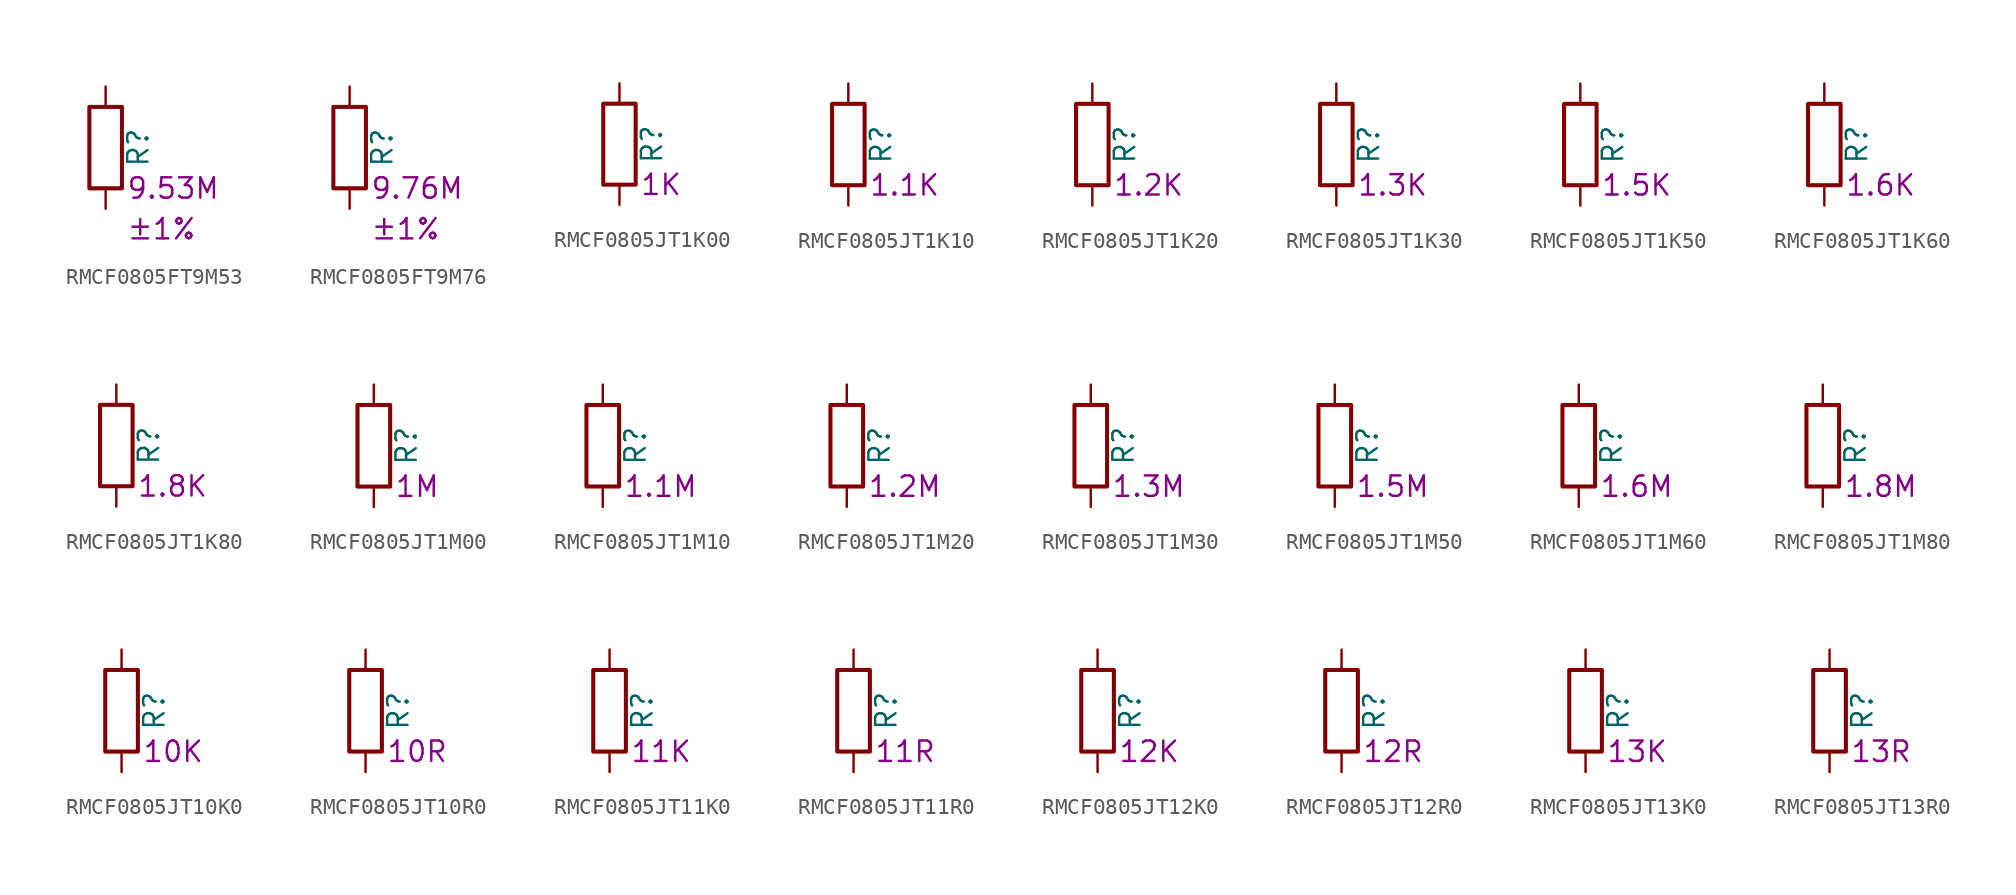
<source format=kicad_sym>
(kicad_symbol_lib
  (version 20220914)
  (generator kicad_symbol_editor)
  (symbol "RMCF0805FT9M53"
    (pin_numbers hide)
    (pin_names
      (offset 0))
    (property "Reference" "R"
      (at 2.032 0 90)
      (effects (font (size 1.27 1.27))))
    (property "Resistance" "9.53M"
      (at 1.27 -2.54 0)
      (effects (font (size 1.27 1.27)) (justify left)))
    (property "Tolerance" "±1%"
      (at 1.27 -5.08 0)
      (effects (font (size 1.27 1.27)) (justify left)))
    (symbol "RMCF0805FT9M53_0_1"
      (rectangle (start -1.016 -2.54) (end 1.016 2.54) (stroke (width 0.254) (type default)) (fill (type none))))
    (symbol "RMCF0805FT9M53_1_1"
      (pin passive line (at 0 3.81 270) (length 1.27) (name "~" (effects (font (size 1.27 1.27)))) (number "1" (effects (font (size 1.27 1.27)))))
      (pin passive line (at 0 -3.81 90) (length 1.27) (name "~" (effects (font (size 1.27 1.27)))) (number "2" (effects (font (size 1.27 1.27)))))))
  (symbol "RMCF0805FT9M76"
    (pin_numbers hide)
    (pin_names
      (offset 0))
    (property "Reference" "R"
      (at 2.032 0 90)
      (effects (font (size 1.27 1.27))))
    (property "Resistance" "9.76M"
      (at 1.27 -2.54 0)
      (effects (font (size 1.27 1.27)) (justify left)))
    (property "Tolerance" "±1%"
      (at 1.27 -5.08 0)
      (effects (font (size 1.27 1.27)) (justify left)))
    (symbol "RMCF0805FT9M76_0_1"
      (rectangle (start -1.016 -2.54) (end 1.016 2.54) (stroke (width 0.254) (type default)) (fill (type none))))
    (symbol "RMCF0805FT9M76_1_1"
      (pin passive line (at 0 3.81 270) (length 1.27) (name "~" (effects (font (size 1.27 1.27)))) (number "1" (effects (font (size 1.27 1.27)))))
      (pin passive line (at 0 -3.81 90) (length 1.27) (name "~" (effects (font (size 1.27 1.27)))) (number "2" (effects (font (size 1.27 1.27)))))))
  (symbol "RMCF0805JT1K00"
    (pin_numbers hide)
    (pin_names
      (offset 0))
    (property "Reference" "R"
      (at 2.032 0 90)
      (effects (font (size 1.27 1.27))))
    (property "Resistance" "1K"
      (at 1.27 -2.54 0)
      (effects (font (size 1.27 1.27)) (justify left)))
    (symbol "RMCF0805JT1K00_0_1"
      (rectangle (start -1.016 -2.54) (end 1.016 2.54) (stroke (width 0.254) (type default)) (fill (type none))))
    (symbol "RMCF0805JT1K00_1_1"
      (pin passive line (at 0 3.81 270) (length 1.27) (name "~" (effects (font (size 1.27 1.27)))) (number "1" (effects (font (size 1.27 1.27)))))
      (pin passive line (at 0 -3.81 90) (length 1.27) (name "~" (effects (font (size 1.27 1.27)))) (number "2" (effects (font (size 1.27 1.27)))))))
  (symbol "RMCF0805JT1K10"
    (pin_numbers hide)
    (pin_names
      (offset 0))
    (property "Reference" "R"
      (at 2.032 0 90)
      (effects (font (size 1.27 1.27))))
    (property "Resistance" "1.1K"
      (at 1.27 -2.54 0)
      (effects (font (size 1.27 1.27)) (justify left)))
    (symbol "RMCF0805JT1K10_0_1"
      (rectangle (start -1.016 -2.54) (end 1.016 2.54) (stroke (width 0.254) (type default)) (fill (type none))))
    (symbol "RMCF0805JT1K10_1_1"
      (pin passive line (at 0 3.81 270) (length 1.27) (name "~" (effects (font (size 1.27 1.27)))) (number "1" (effects (font (size 1.27 1.27)))))
      (pin passive line (at 0 -3.81 90) (length 1.27) (name "~" (effects (font (size 1.27 1.27)))) (number "2" (effects (font (size 1.27 1.27)))))))
  (symbol "RMCF0805JT1K20"
    (pin_numbers hide)
    (pin_names
      (offset 0))
    (property "Reference" "R"
      (at 2.032 0 90)
      (effects (font (size 1.27 1.27))))
    (property "Resistance" "1.2K"
      (at 1.27 -2.54 0)
      (effects (font (size 1.27 1.27)) (justify left)))
    (symbol "RMCF0805JT1K20_0_1"
      (rectangle (start -1.016 -2.54) (end 1.016 2.54) (stroke (width 0.254) (type default)) (fill (type none))))
    (symbol "RMCF0805JT1K20_1_1"
      (pin passive line (at 0 3.81 270) (length 1.27) (name "~" (effects (font (size 1.27 1.27)))) (number "1" (effects (font (size 1.27 1.27)))))
      (pin passive line (at 0 -3.81 90) (length 1.27) (name "~" (effects (font (size 1.27 1.27)))) (number "2" (effects (font (size 1.27 1.27)))))))
  (symbol "RMCF0805JT1K30"
    (pin_numbers hide)
    (pin_names
      (offset 0))
    (property "Reference" "R"
      (at 2.032 0 90)
      (effects (font (size 1.27 1.27))))
    (property "Resistance" "1.3K"
      (at 1.27 -2.54 0)
      (effects (font (size 1.27 1.27)) (justify left)))
    (symbol "RMCF0805JT1K30_0_1"
      (rectangle (start -1.016 -2.54) (end 1.016 2.54) (stroke (width 0.254) (type default)) (fill (type none))))
    (symbol "RMCF0805JT1K30_1_1"
      (pin passive line (at 0 3.81 270) (length 1.27) (name "~" (effects (font (size 1.27 1.27)))) (number "1" (effects (font (size 1.27 1.27)))))
      (pin passive line (at 0 -3.81 90) (length 1.27) (name "~" (effects (font (size 1.27 1.27)))) (number "2" (effects (font (size 1.27 1.27)))))))
  (symbol "RMCF0805JT1K50"
    (pin_numbers hide)
    (pin_names
      (offset 0))
    (property "Reference" "R"
      (at 2.032 0 90)
      (effects (font (size 1.27 1.27))))
    (property "Resistance" "1.5K"
      (at 1.27 -2.54 0)
      (effects (font (size 1.27 1.27)) (justify left)))
    (symbol "RMCF0805JT1K50_0_1"
      (rectangle (start -1.016 -2.54) (end 1.016 2.54) (stroke (width 0.254) (type default)) (fill (type none))))
    (symbol "RMCF0805JT1K50_1_1"
      (pin passive line (at 0 3.81 270) (length 1.27) (name "~" (effects (font (size 1.27 1.27)))) (number "1" (effects (font (size 1.27 1.27)))))
      (pin passive line (at 0 -3.81 90) (length 1.27) (name "~" (effects (font (size 1.27 1.27)))) (number "2" (effects (font (size 1.27 1.27)))))))
  (symbol "RMCF0805JT1K60"
    (pin_numbers hide)
    (pin_names
      (offset 0))
    (property "Reference" "R"
      (at 2.032 0 90)
      (effects (font (size 1.27 1.27))))
    (property "Resistance" "1.6K"
      (at 1.27 -2.54 0)
      (effects (font (size 1.27 1.27)) (justify left)))
    (symbol "RMCF0805JT1K60_0_1"
      (rectangle (start -1.016 -2.54) (end 1.016 2.54) (stroke (width 0.254) (type default)) (fill (type none))))
    (symbol "RMCF0805JT1K60_1_1"
      (pin passive line (at 0 3.81 270) (length 1.27) (name "~" (effects (font (size 1.27 1.27)))) (number "1" (effects (font (size 1.27 1.27)))))
      (pin passive line (at 0 -3.81 90) (length 1.27) (name "~" (effects (font (size 1.27 1.27)))) (number "2" (effects (font (size 1.27 1.27)))))))
  (symbol "RMCF0805JT1K80"
    (pin_numbers hide)
    (pin_names
      (offset 0))
    (property "Reference" "R"
      (at 2.032 0 90)
      (effects (font (size 1.27 1.27))))
    (property "Resistance" "1.8K"
      (at 1.27 -2.54 0)
      (effects (font (size 1.27 1.27)) (justify left)))
    (symbol "RMCF0805JT1K80_0_1"
      (rectangle (start -1.016 -2.54) (end 1.016 2.54) (stroke (width 0.254) (type default)) (fill (type none))))
    (symbol "RMCF0805JT1K80_1_1"
      (pin passive line (at 0 3.81 270) (length 1.27) (name "~" (effects (font (size 1.27 1.27)))) (number "1" (effects (font (size 1.27 1.27)))))
      (pin passive line (at 0 -3.81 90) (length 1.27) (name "~" (effects (font (size 1.27 1.27)))) (number "2" (effects (font (size 1.27 1.27)))))))
  (symbol "RMCF0805JT1M00"
    (pin_numbers hide)
    (pin_names
      (offset 0))
    (property "Reference" "R"
      (at 2.032 0 90)
      (effects (font (size 1.27 1.27))))
    (property "Resistance" "1M"
      (at 1.27 -2.54 0)
      (effects (font (size 1.27 1.27)) (justify left)))
    (symbol "RMCF0805JT1M00_0_1"
      (rectangle (start -1.016 -2.54) (end 1.016 2.54) (stroke (width 0.254) (type default)) (fill (type none))))
    (symbol "RMCF0805JT1M00_1_1"
      (pin passive line (at 0 3.81 270) (length 1.27) (name "~" (effects (font (size 1.27 1.27)))) (number "1" (effects (font (size 1.27 1.27)))))
      (pin passive line (at 0 -3.81 90) (length 1.27) (name "~" (effects (font (size 1.27 1.27)))) (number "2" (effects (font (size 1.27 1.27)))))))
  (symbol "RMCF0805JT1M10"
    (pin_numbers hide)
    (pin_names
      (offset 0))
    (property "Reference" "R"
      (at 2.032 0 90)
      (effects (font (size 1.27 1.27))))
    (property "Resistance" "1.1M"
      (at 1.27 -2.54 0)
      (effects (font (size 1.27 1.27)) (justify left)))
    (symbol "RMCF0805JT1M10_0_1"
      (rectangle (start -1.016 -2.54) (end 1.016 2.54) (stroke (width 0.254) (type default)) (fill (type none))))
    (symbol "RMCF0805JT1M10_1_1"
      (pin passive line (at 0 3.81 270) (length 1.27) (name "~" (effects (font (size 1.27 1.27)))) (number "1" (effects (font (size 1.27 1.27)))))
      (pin passive line (at 0 -3.81 90) (length 1.27) (name "~" (effects (font (size 1.27 1.27)))) (number "2" (effects (font (size 1.27 1.27)))))))
  (symbol "RMCF0805JT1M20"
    (pin_numbers hide)
    (pin_names
      (offset 0))
    (property "Reference" "R"
      (at 2.032 0 90)
      (effects (font (size 1.27 1.27))))
    (property "Resistance" "1.2M"
      (at 1.27 -2.54 0)
      (effects (font (size 1.27 1.27)) (justify left)))
    (symbol "RMCF0805JT1M20_0_1"
      (rectangle (start -1.016 -2.54) (end 1.016 2.54) (stroke (width 0.254) (type default)) (fill (type none))))
    (symbol "RMCF0805JT1M20_1_1"
      (pin passive line (at 0 3.81 270) (length 1.27) (name "~" (effects (font (size 1.27 1.27)))) (number "1" (effects (font (size 1.27 1.27)))))
      (pin passive line (at 0 -3.81 90) (length 1.27) (name "~" (effects (font (size 1.27 1.27)))) (number "2" (effects (font (size 1.27 1.27)))))))
  (symbol "RMCF0805JT1M30"
    (pin_numbers hide)
    (pin_names
      (offset 0))
    (property "Reference" "R"
      (at 2.032 0 90)
      (effects (font (size 1.27 1.27))))
    (property "Resistance" "1.3M"
      (at 1.27 -2.54 0)
      (effects (font (size 1.27 1.27)) (justify left)))
    (symbol "RMCF0805JT1M30_0_1"
      (rectangle (start -1.016 -2.54) (end 1.016 2.54) (stroke (width 0.254) (type default)) (fill (type none))))
    (symbol "RMCF0805JT1M30_1_1"
      (pin passive line (at 0 3.81 270) (length 1.27) (name "~" (effects (font (size 1.27 1.27)))) (number "1" (effects (font (size 1.27 1.27)))))
      (pin passive line (at 0 -3.81 90) (length 1.27) (name "~" (effects (font (size 1.27 1.27)))) (number "2" (effects (font (size 1.27 1.27)))))))
  (symbol "RMCF0805JT1M50"
    (pin_numbers hide)
    (pin_names
      (offset 0))
    (property "Reference" "R"
      (at 2.032 0 90)
      (effects (font (size 1.27 1.27))))
    (property "Resistance" "1.5M"
      (at 1.27 -2.54 0)
      (effects (font (size 1.27 1.27)) (justify left)))
    (symbol "RMCF0805JT1M50_0_1"
      (rectangle (start -1.016 -2.54) (end 1.016 2.54) (stroke (width 0.254) (type default)) (fill (type none))))
    (symbol "RMCF0805JT1M50_1_1"
      (pin passive line (at 0 3.81 270) (length 1.27) (name "~" (effects (font (size 1.27 1.27)))) (number "1" (effects (font (size 1.27 1.27)))))
      (pin passive line (at 0 -3.81 90) (length 1.27) (name "~" (effects (font (size 1.27 1.27)))) (number "2" (effects (font (size 1.27 1.27)))))))
  (symbol "RMCF0805JT1M60"
    (pin_numbers hide)
    (pin_names
      (offset 0))
    (property "Reference" "R"
      (at 2.032 0 90)
      (effects (font (size 1.27 1.27))))
    (property "Resistance" "1.6M"
      (at 1.27 -2.54 0)
      (effects (font (size 1.27 1.27)) (justify left)))
    (symbol "RMCF0805JT1M60_0_1"
      (rectangle (start -1.016 -2.54) (end 1.016 2.54) (stroke (width 0.254) (type default)) (fill (type none))))
    (symbol "RMCF0805JT1M60_1_1"
      (pin passive line (at 0 3.81 270) (length 1.27) (name "~" (effects (font (size 1.27 1.27)))) (number "1" (effects (font (size 1.27 1.27)))))
      (pin passive line (at 0 -3.81 90) (length 1.27) (name "~" (effects (font (size 1.27 1.27)))) (number "2" (effects (font (size 1.27 1.27)))))))
  (symbol "RMCF0805JT1M80"
    (pin_numbers hide)
    (pin_names
      (offset 0))
    (property "Reference" "R"
      (at 2.032 0 90)
      (effects (font (size 1.27 1.27))))
    (property "Resistance" "1.8M"
      (at 1.27 -2.54 0)
      (effects (font (size 1.27 1.27)) (justify left)))
    (symbol "RMCF0805JT1M80_0_1"
      (rectangle (start -1.016 -2.54) (end 1.016 2.54) (stroke (width 0.254) (type default)) (fill (type none))))
    (symbol "RMCF0805JT1M80_1_1"
      (pin passive line (at 0 3.81 270) (length 1.27) (name "~" (effects (font (size 1.27 1.27)))) (number "1" (effects (font (size 1.27 1.27)))))
      (pin passive line (at 0 -3.81 90) (length 1.27) (name "~" (effects (font (size 1.27 1.27)))) (number "2" (effects (font (size 1.27 1.27)))))))
  (symbol "RMCF0805JT10K0"
    (pin_numbers hide)
    (pin_names
      (offset 0))
    (property "Reference" "R"
      (at 2.032 0 90)
      (effects (font (size 1.27 1.27))))
    (property "Resistance" "10K"
      (at 1.27 -2.54 0)
      (effects (font (size 1.27 1.27)) (justify left)))
    (symbol "RMCF0805JT10K0_0_1"
      (rectangle (start -1.016 -2.54) (end 1.016 2.54) (stroke (width 0.254) (type default)) (fill (type none))))
    (symbol "RMCF0805JT10K0_1_1"
      (pin passive line (at 0 3.81 270) (length 1.27) (name "~" (effects (font (size 1.27 1.27)))) (number "1" (effects (font (size 1.27 1.27)))))
      (pin passive line (at 0 -3.81 90) (length 1.27) (name "~" (effects (font (size 1.27 1.27)))) (number "2" (effects (font (size 1.27 1.27)))))))
  (symbol "RMCF0805JT10R0"
    (pin_numbers hide)
    (pin_names
      (offset 0))
    (property "Reference" "R"
      (at 2.032 0 90)
      (effects (font (size 1.27 1.27))))
    (property "Resistance" "10R"
      (at 1.27 -2.54 0)
      (effects (font (size 1.27 1.27)) (justify left)))
    (symbol "RMCF0805JT10R0_0_1"
      (rectangle (start -1.016 -2.54) (end 1.016 2.54) (stroke (width 0.254) (type default)) (fill (type none))))
    (symbol "RMCF0805JT10R0_1_1"
      (pin passive line (at 0 3.81 270) (length 1.27) (name "~" (effects (font (size 1.27 1.27)))) (number "1" (effects (font (size 1.27 1.27)))))
      (pin passive line (at 0 -3.81 90) (length 1.27) (name "~" (effects (font (size 1.27 1.27)))) (number "2" (effects (font (size 1.27 1.27)))))))
  (symbol "RMCF0805JT11K0"
    (pin_numbers hide)
    (pin_names
      (offset 0))
    (property "Reference" "R"
      (at 2.032 0 90)
      (effects (font (size 1.27 1.27))))
    (property "Resistance" "11K"
      (at 1.27 -2.54 0)
      (effects (font (size 1.27 1.27)) (justify left)))
    (symbol "RMCF0805JT11K0_0_1"
      (rectangle (start -1.016 -2.54) (end 1.016 2.54) (stroke (width 0.254) (type default)) (fill (type none))))
    (symbol "RMCF0805JT11K0_1_1"
      (pin passive line (at 0 3.81 270) (length 1.27) (name "~" (effects (font (size 1.27 1.27)))) (number "1" (effects (font (size 1.27 1.27)))))
      (pin passive line (at 0 -3.81 90) (length 1.27) (name "~" (effects (font (size 1.27 1.27)))) (number "2" (effects (font (size 1.27 1.27)))))))
  (symbol "RMCF0805JT11R0"
    (pin_numbers hide)
    (pin_names
      (offset 0))
    (property "Reference" "R"
      (at 2.032 0 90)
      (effects (font (size 1.27 1.27))))
    (property "Resistance" "11R"
      (at 1.27 -2.54 0)
      (effects (font (size 1.27 1.27)) (justify left)))
    (symbol "RMCF0805JT11R0_0_1"
      (rectangle (start -1.016 -2.54) (end 1.016 2.54) (stroke (width 0.254) (type default)) (fill (type none))))
    (symbol "RMCF0805JT11R0_1_1"
      (pin passive line (at 0 3.81 270) (length 1.27) (name "~" (effects (font (size 1.27 1.27)))) (number "1" (effects (font (size 1.27 1.27)))))
      (pin passive line (at 0 -3.81 90) (length 1.27) (name "~" (effects (font (size 1.27 1.27)))) (number "2" (effects (font (size 1.27 1.27)))))))
  (symbol "RMCF0805JT12K0"
    (pin_numbers hide)
    (pin_names
      (offset 0))
    (property "Reference" "R"
      (at 2.032 0 90)
      (effects (font (size 1.27 1.27))))
    (property "Resistance" "12K"
      (at 1.27 -2.54 0)
      (effects (font (size 1.27 1.27)) (justify left)))
    (symbol "RMCF0805JT12K0_0_1"
      (rectangle (start -1.016 -2.54) (end 1.016 2.54) (stroke (width 0.254) (type default)) (fill (type none))))
    (symbol "RMCF0805JT12K0_1_1"
      (pin passive line (at 0 3.81 270) (length 1.27) (name "~" (effects (font (size 1.27 1.27)))) (number "1" (effects (font (size 1.27 1.27)))))
      (pin passive line (at 0 -3.81 90) (length 1.27) (name "~" (effects (font (size 1.27 1.27)))) (number "2" (effects (font (size 1.27 1.27)))))))
  (symbol "RMCF0805JT12R0"
    (pin_numbers hide)
    (pin_names
      (offset 0))
    (property "Reference" "R"
      (at 2.032 0 90)
      (effects (font (size 1.27 1.27))))
    (property "Resistance" "12R"
      (at 1.27 -2.54 0)
      (effects (font (size 1.27 1.27)) (justify left)))
    (symbol "RMCF0805JT12R0_0_1"
      (rectangle (start -1.016 -2.54) (end 1.016 2.54) (stroke (width 0.254) (type default)) (fill (type none))))
    (symbol "RMCF0805JT12R0_1_1"
      (pin passive line (at 0 3.81 270) (length 1.27) (name "~" (effects (font (size 1.27 1.27)))) (number "1" (effects (font (size 1.27 1.27)))))
      (pin passive line (at 0 -3.81 90) (length 1.27) (name "~" (effects (font (size 1.27 1.27)))) (number "2" (effects (font (size 1.27 1.27)))))))
  (symbol "RMCF0805JT13K0"
    (pin_numbers hide)
    (pin_names
      (offset 0))
    (property "Reference" "R"
      (at 2.032 0 90)
      (effects (font (size 1.27 1.27))))
    (property "Resistance" "13K"
      (at 1.27 -2.54 0)
      (effects (font (size 1.27 1.27)) (justify left)))
    (symbol "RMCF0805JT13K0_0_1"
      (rectangle (start -1.016 -2.54) (end 1.016 2.54) (stroke (width 0.254) (type default)) (fill (type none))))
    (symbol "RMCF0805JT13K0_1_1"
      (pin passive line (at 0 3.81 270) (length 1.27) (name "~" (effects (font (size 1.27 1.27)))) (number "1" (effects (font (size 1.27 1.27)))))
      (pin passive line (at 0 -3.81 90) (length 1.27) (name "~" (effects (font (size 1.27 1.27)))) (number "2" (effects (font (size 1.27 1.27)))))))
  (symbol "RMCF0805JT13R0"
    (pin_numbers hide)
    (pin_names
      (offset 0))
    (property "Reference" "R"
      (at 2.032 0 90)
      (effects (font (size 1.27 1.27))))
    (property "Resistance" "13R"
      (at 1.27 -2.54 0)
      (effects (font (size 1.27 1.27)) (justify left)))
    (symbol "RMCF0805JT13R0_0_1"
      (rectangle (start -1.016 -2.54) (end 1.016 2.54) (stroke (width 0.254) (type default)) (fill (type none))))
    (symbol "RMCF0805JT13R0_1_1"
      (pin passive line (at 0 3.81 270) (length 1.27) (name "~" (effects (font (size 1.27 1.27)))) (number "1" (effects (font (size 1.27 1.27)))))
      (pin passive line (at 0 -3.81 90) (length 1.27) (name "~" (effects (font (size 1.27 1.27)))) (number "2" (effects (font (size 1.27 1.27))))))))
</source>
